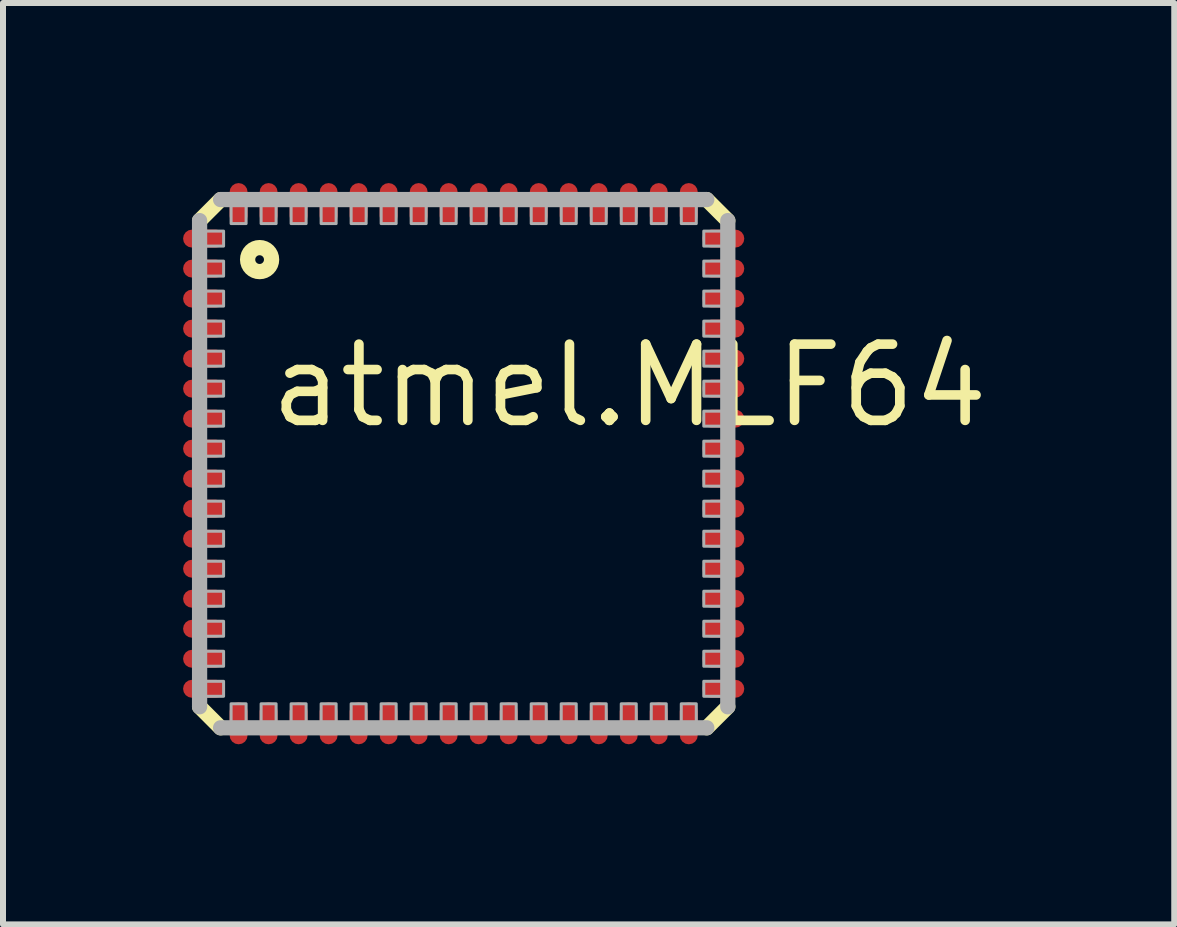
<source format=kicad_pcb>
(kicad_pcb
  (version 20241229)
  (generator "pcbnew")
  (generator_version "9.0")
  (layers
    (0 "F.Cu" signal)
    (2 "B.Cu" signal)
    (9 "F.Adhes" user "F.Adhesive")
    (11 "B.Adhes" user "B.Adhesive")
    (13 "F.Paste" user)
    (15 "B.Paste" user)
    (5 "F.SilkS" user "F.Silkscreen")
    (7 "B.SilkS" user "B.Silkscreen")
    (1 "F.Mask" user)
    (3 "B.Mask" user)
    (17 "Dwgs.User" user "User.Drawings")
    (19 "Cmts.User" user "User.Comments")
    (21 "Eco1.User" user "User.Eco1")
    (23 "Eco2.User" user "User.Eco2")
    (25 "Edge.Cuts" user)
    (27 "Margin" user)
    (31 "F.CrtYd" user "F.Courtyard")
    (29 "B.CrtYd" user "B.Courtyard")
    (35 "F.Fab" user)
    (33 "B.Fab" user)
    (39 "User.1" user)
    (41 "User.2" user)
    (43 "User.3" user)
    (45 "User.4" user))
  (footprint "atmel.MLF64"
    (layer "F.Cu")
    (at 4.675 4.675)
    (property "Reference" "atmel.MLF64" (at -3.302 -0.558 0) (layer "F.SilkS") (effects (font (size 1.27 1.27) (thickness 0.16)) (justify left bottom)))
    (attr smd)
    (fp_line (start -4.4 -4.05) (end -4.05 -4.4) (stroke (width 0.254) (type default)) (layer "F.SilkS"))
    (fp_line (start -4.05 4.4) (end -4.4 4.05) (stroke (width 0.254) (type default)) (layer "F.SilkS"))
    (fp_line (start 4.05 -4.4) (end 4.4 -4.05) (stroke (width 0.254) (type default)) (layer "F.SilkS"))
    (fp_line (start 4.4 4.05) (end 4.05 4.4) (stroke (width 0.254) (type default)) (layer "F.SilkS"))
    (fp_circle (center -3.4 -3.4) (end -3.2 -3.4) (stroke (width 0.254) (type default)) (fill no) (layer "F.SilkS"))
    (fp_line (start -4.4 4.05) (end -4.4 -4.05) (stroke (width 0.254) (type default)) (layer "F.Fab"))
    (fp_line (start -4.05 -4.4) (end 4.05 -4.4) (stroke (width 0.254) (type default)) (layer "F.Fab"))
    (fp_line (start 4.05 4.4) (end -4.05 4.4) (stroke (width 0.254) (type default)) (layer "F.Fab"))
    (fp_line (start 4.4 -4.05) (end 4.4 4.05) (stroke (width 0.254) (type default)) (layer "F.Fab"))
    (fp_rect (start -4.5 -3.625) (end -4 -3.875) (stroke (width 0.05) (type default)) (fill no) (layer "F.Fab"))
    (fp_rect (start -4.5 -3.125) (end -4 -3.375) (stroke (width 0.05) (type default)) (fill no) (layer "F.Fab"))
    (fp_rect (start -4.5 -2.625) (end -4 -2.875) (stroke (width 0.05) (type default)) (fill no) (layer "F.Fab"))
    (fp_rect (start -4.5 -2.125) (end -4 -2.375) (stroke (width 0.05) (type default)) (fill no) (layer "F.Fab"))
    (fp_rect (start -4.5 -1.625) (end -4 -1.875) (stroke (width 0.05) (type default)) (fill no) (layer "F.Fab"))
    (fp_rect (start -4.5 -1.125) (end -4 -1.375) (stroke (width 0.05) (type default)) (fill no) (layer "F.Fab"))
    (fp_rect (start -4.5 -0.625) (end -4 -0.875) (stroke (width 0.05) (type default)) (fill no) (layer "F.Fab"))
    (fp_rect (start -4.5 -0.125) (end -4 -0.375) (stroke (width 0.05) (type default)) (fill no) (layer "F.Fab"))
    (fp_rect (start -4.5 0.375) (end -4 0.125) (stroke (width 0.05) (type default)) (fill no) (layer "F.Fab"))
    (fp_rect (start -4.5 0.875) (end -4 0.625) (stroke (width 0.05) (type default)) (fill no) (layer "F.Fab"))
    (fp_rect (start -4.5 1.375) (end -4 1.125) (stroke (width 0.05) (type default)) (fill no) (layer "F.Fab"))
    (fp_rect (start -4.5 1.875) (end -4 1.625) (stroke (width 0.05) (type default)) (fill no) (layer "F.Fab"))
    (fp_rect (start -4.5 2.375) (end -4 2.125) (stroke (width 0.05) (type default)) (fill no) (layer "F.Fab"))
    (fp_rect (start -4.5 2.875) (end -4 2.625) (stroke (width 0.05) (type default)) (fill no) (layer "F.Fab"))
    (fp_rect (start -4.5 3.375) (end -4 3.125) (stroke (width 0.05) (type default)) (fill no) (layer "F.Fab"))
    (fp_rect (start -4.5 3.875) (end -4 3.625) (stroke (width 0.05) (type default)) (fill no) (layer "F.Fab"))
    (fp_rect (start -3.875 -4) (end -3.625 -4.5) (stroke (width 0.05) (type default)) (fill no) (layer "F.Fab"))
    (fp_rect (start -3.875 4.5) (end -3.625 4) (stroke (width 0.05) (type default)) (fill no) (layer "F.Fab"))
    (fp_rect (start -3.375 -4) (end -3.125 -4.5) (stroke (width 0.05) (type default)) (fill no) (layer "F.Fab"))
    (fp_rect (start -3.375 4.5) (end -3.125 4) (stroke (width 0.05) (type default)) (fill no) (layer "F.Fab"))
    (fp_rect (start -2.875 -4) (end -2.625 -4.5) (stroke (width 0.05) (type default)) (fill no) (layer "F.Fab"))
    (fp_rect (start -2.875 4.5) (end -2.625 4) (stroke (width 0.05) (type default)) (fill no) (layer "F.Fab"))
    (fp_rect (start -2.375 -4) (end -2.125 -4.5) (stroke (width 0.05) (type default)) (fill no) (layer "F.Fab"))
    (fp_rect (start -2.375 4.5) (end -2.125 4) (stroke (width 0.05) (type default)) (fill no) (layer "F.Fab"))
    (fp_rect (start -1.875 -4) (end -1.625 -4.5) (stroke (width 0.05) (type default)) (fill no) (layer "F.Fab"))
    (fp_rect (start -1.875 4.5) (end -1.625 4) (stroke (width 0.05) (type default)) (fill no) (layer "F.Fab"))
    (fp_rect (start -1.375 -4) (end -1.125 -4.5) (stroke (width 0.05) (type default)) (fill no) (layer "F.Fab"))
    (fp_rect (start -1.375 4.5) (end -1.125 4) (stroke (width 0.05) (type default)) (fill no) (layer "F.Fab"))
    (fp_rect (start -0.875 -4) (end -0.625 -4.5) (stroke (width 0.05) (type default)) (fill no) (layer "F.Fab"))
    (fp_rect (start -0.875 4.5) (end -0.625 4) (stroke (width 0.05) (type default)) (fill no) (layer "F.Fab"))
    (fp_rect (start -0.375 -4) (end -0.125 -4.5) (stroke (width 0.05) (type default)) (fill no) (layer "F.Fab"))
    (fp_rect (start -0.375 4.5) (end -0.125 4) (stroke (width 0.05) (type default)) (fill no) (layer "F.Fab"))
    (fp_rect (start 0.125 -4) (end 0.375 -4.5) (stroke (width 0.05) (type default)) (fill no) (layer "F.Fab"))
    (fp_rect (start 0.125 4.5) (end 0.375 4) (stroke (width 0.05) (type default)) (fill no) (layer "F.Fab"))
    (fp_rect (start 0.625 -4) (end 0.875 -4.5) (stroke (width 0.05) (type default)) (fill no) (layer "F.Fab"))
    (fp_rect (start 0.625 4.5) (end 0.875 4) (stroke (width 0.05) (type default)) (fill no) (layer "F.Fab"))
    (fp_rect (start 1.125 -4) (end 1.375 -4.5) (stroke (width 0.05) (type default)) (fill no) (layer "F.Fab"))
    (fp_rect (start 1.125 4.5) (end 1.375 4) (stroke (width 0.05) (type default)) (fill no) (layer "F.Fab"))
    (fp_rect (start 1.625 -4) (end 1.875 -4.5) (stroke (width 0.05) (type default)) (fill no) (layer "F.Fab"))
    (fp_rect (start 1.625 4.5) (end 1.875 4) (stroke (width 0.05) (type default)) (fill no) (layer "F.Fab"))
    (fp_rect (start 2.125 -4) (end 2.375 -4.5) (stroke (width 0.05) (type default)) (fill no) (layer "F.Fab"))
    (fp_rect (start 2.125 4.5) (end 2.375 4) (stroke (width 0.05) (type default)) (fill no) (layer "F.Fab"))
    (fp_rect (start 2.625 -4) (end 2.875 -4.5) (stroke (width 0.05) (type default)) (fill no) (layer "F.Fab"))
    (fp_rect (start 2.625 4.5) (end 2.875 4) (stroke (width 0.05) (type default)) (fill no) (layer "F.Fab"))
    (fp_rect (start 3.125 -4) (end 3.375 -4.5) (stroke (width 0.05) (type default)) (fill no) (layer "F.Fab"))
    (fp_rect (start 3.125 4.5) (end 3.375 4) (stroke (width 0.05) (type default)) (fill no) (layer "F.Fab"))
    (fp_rect (start 3.625 -4) (end 3.875 -4.5) (stroke (width 0.05) (type default)) (fill no) (layer "F.Fab"))
    (fp_rect (start 3.625 4.5) (end 3.875 4) (stroke (width 0.05) (type default)) (fill no) (layer "F.Fab"))
    (fp_rect (start 4 -3.625) (end 4.5 -3.875) (stroke (width 0.05) (type default)) (fill no) (layer "F.Fab"))
    (fp_rect (start 4 -3.125) (end 4.5 -3.375) (stroke (width 0.05) (type default)) (fill no) (layer "F.Fab"))
    (fp_rect (start 4 -2.625) (end 4.5 -2.875) (stroke (width 0.05) (type default)) (fill no) (layer "F.Fab"))
    (fp_rect (start 4 -2.125) (end 4.5 -2.375) (stroke (width 0.05) (type default)) (fill no) (layer "F.Fab"))
    (fp_rect (start 4 -1.625) (end 4.5 -1.875) (stroke (width 0.05) (type default)) (fill no) (layer "F.Fab"))
    (fp_rect (start 4 -1.125) (end 4.5 -1.375) (stroke (width 0.05) (type default)) (fill no) (layer "F.Fab"))
    (fp_rect (start 4 -0.625) (end 4.5 -0.875) (stroke (width 0.05) (type default)) (fill no) (layer "F.Fab"))
    (fp_rect (start 4 -0.125) (end 4.5 -0.375) (stroke (width 0.05) (type default)) (fill no) (layer "F.Fab"))
    (fp_rect (start 4 0.375) (end 4.5 0.125) (stroke (width 0.05) (type default)) (fill no) (layer "F.Fab"))
    (fp_rect (start 4 0.875) (end 4.5 0.625) (stroke (width 0.05) (type default)) (fill no) (layer "F.Fab"))
    (fp_rect (start 4 1.375) (end 4.5 1.125) (stroke (width 0.05) (type default)) (fill no) (layer "F.Fab"))
    (fp_rect (start 4 1.875) (end 4.5 1.625) (stroke (width 0.05) (type default)) (fill no) (layer "F.Fab"))
    (fp_rect (start 4 2.375) (end 4.5 2.125) (stroke (width 0.05) (type default)) (fill no) (layer "F.Fab"))
    (fp_rect (start 4 2.875) (end 4.5 2.625) (stroke (width 0.05) (type default)) (fill no) (layer "F.Fab"))
    (fp_rect (start 4 3.375) (end 4.5 3.125) (stroke (width 0.05) (type default)) (fill no) (layer "F.Fab"))
    (fp_rect (start 4 3.875) (end 4.5 3.625) (stroke (width 0.05) (type default)) (fill no) (layer "F.Fab"))
    (pad "1" smd roundrect (at -4.325 -3.75) (size 0.7 0.3) (layers "F.Cu" "F.Mask" "F.Paste") (roundrect_rratio 0.5))
    (pad "2" smd roundrect (at -4.325 -3.25) (size 0.7 0.3) (layers "F.Cu" "F.Mask" "F.Paste") (roundrect_rratio 0.5))
    (pad "3" smd roundrect (at -4.325 -2.75) (size 0.7 0.3) (layers "F.Cu" "F.Mask" "F.Paste") (roundrect_rratio 0.5))
    (pad "4" smd roundrect (at -4.325 -2.25) (size 0.7 0.3) (layers "F.Cu" "F.Mask" "F.Paste") (roundrect_rratio 0.5))
    (pad "5" smd roundrect (at -4.325 -1.75) (size 0.7 0.3) (layers "F.Cu" "F.Mask" "F.Paste") (roundrect_rratio 0.5))
    (pad "6" smd roundrect (at -4.325 -1.25) (size 0.7 0.3) (layers "F.Cu" "F.Mask" "F.Paste") (roundrect_rratio 0.5))
    (pad "7" smd roundrect (at -4.325 -0.75) (size 0.7 0.3) (layers "F.Cu" "F.Mask" "F.Paste") (roundrect_rratio 0.5))
    (pad "8" smd roundrect (at -4.325 -0.25) (size 0.7 0.3) (layers "F.Cu" "F.Mask" "F.Paste") (roundrect_rratio 0.5))
    (pad "9" smd roundrect (at -4.325 0.25) (size 0.7 0.3) (layers "F.Cu" "F.Mask" "F.Paste") (roundrect_rratio 0.5))
    (pad "10" smd roundrect (at -4.325 0.75) (size 0.7 0.3) (layers "F.Cu" "F.Mask" "F.Paste") (roundrect_rratio 0.5))
    (pad "11" smd roundrect (at -4.325 1.25) (size 0.7 0.3) (layers "F.Cu" "F.Mask" "F.Paste") (roundrect_rratio 0.5))
    (pad "12" smd roundrect (at -4.325 1.75) (size 0.7 0.3) (layers "F.Cu" "F.Mask" "F.Paste") (roundrect_rratio 0.5))
    (pad "13" smd roundrect (at -4.325 2.25) (size 0.7 0.3) (layers "F.Cu" "F.Mask" "F.Paste") (roundrect_rratio 0.5))
    (pad "14" smd roundrect (at -4.325 2.75) (size 0.7 0.3) (layers "F.Cu" "F.Mask" "F.Paste") (roundrect_rratio 0.5))
    (pad "15" smd roundrect (at -4.325 3.25) (size 0.7 0.3) (layers "F.Cu" "F.Mask" "F.Paste") (roundrect_rratio 0.5))
    (pad "16" smd roundrect (at -4.325 3.75) (size 0.7 0.3) (layers "F.Cu" "F.Mask" "F.Paste") (roundrect_rratio 0.5))
    (pad "17" smd roundrect (at -3.75 4.325) (size 0.3 0.7) (layers "F.Cu" "F.Mask" "F.Paste") (roundrect_rratio 0.5))
    (pad "18" smd roundrect (at -3.25 4.325) (size 0.3 0.7) (layers "F.Cu" "F.Mask" "F.Paste") (roundrect_rratio 0.5))
    (pad "19" smd roundrect (at -2.75 4.325) (size 0.3 0.7) (layers "F.Cu" "F.Mask" "F.Paste") (roundrect_rratio 0.5))
    (pad "20" smd roundrect (at -2.25 4.325) (size 0.3 0.7) (layers "F.Cu" "F.Mask" "F.Paste") (roundrect_rratio 0.5))
    (pad "21" smd roundrect (at -1.75 4.325) (size 0.3 0.7) (layers "F.Cu" "F.Mask" "F.Paste") (roundrect_rratio 0.5))
    (pad "22" smd roundrect (at -1.25 4.325) (size 0.3 0.7) (layers "F.Cu" "F.Mask" "F.Paste") (roundrect_rratio 0.5))
    (pad "23" smd roundrect (at -0.75 4.325) (size 0.3 0.7) (layers "F.Cu" "F.Mask" "F.Paste") (roundrect_rratio 0.5))
    (pad "24" smd roundrect (at -0.25 4.325) (size 0.3 0.7) (layers "F.Cu" "F.Mask" "F.Paste") (roundrect_rratio 0.5))
    (pad "25" smd roundrect (at 0.25 4.325) (size 0.3 0.7) (layers "F.Cu" "F.Mask" "F.Paste") (roundrect_rratio 0.5))
    (pad "26" smd roundrect (at 0.75 4.325) (size 0.3 0.7) (layers "F.Cu" "F.Mask" "F.Paste") (roundrect_rratio 0.5))
    (pad "27" smd roundrect (at 1.25 4.325) (size 0.3 0.7) (layers "F.Cu" "F.Mask" "F.Paste") (roundrect_rratio 0.5))
    (pad "28" smd roundrect (at 1.75 4.325) (size 0.3 0.7) (layers "F.Cu" "F.Mask" "F.Paste") (roundrect_rratio 0.5))
    (pad "29" smd roundrect (at 2.25 4.325) (size 0.3 0.7) (layers "F.Cu" "F.Mask" "F.Paste") (roundrect_rratio 0.5))
    (pad "30" smd roundrect (at 2.75 4.325) (size 0.3 0.7) (layers "F.Cu" "F.Mask" "F.Paste") (roundrect_rratio 0.5))
    (pad "31" smd roundrect (at 3.25 4.325) (size 0.3 0.7) (layers "F.Cu" "F.Mask" "F.Paste") (roundrect_rratio 0.5))
    (pad "32" smd roundrect (at 3.75 4.325) (size 0.3 0.7) (layers "F.Cu" "F.Mask" "F.Paste") (roundrect_rratio 0.5))
    (pad "33" smd roundrect (at 4.325 3.75) (size 0.7 0.3) (layers "F.Cu" "F.Mask" "F.Paste") (roundrect_rratio 0.5))
    (pad "34" smd roundrect (at 4.325 3.25) (size 0.7 0.3) (layers "F.Cu" "F.Mask" "F.Paste") (roundrect_rratio 0.5))
    (pad "35" smd roundrect (at 4.325 2.75) (size 0.7 0.3) (layers "F.Cu" "F.Mask" "F.Paste") (roundrect_rratio 0.5))
    (pad "36" smd roundrect (at 4.325 2.25) (size 0.7 0.3) (layers "F.Cu" "F.Mask" "F.Paste") (roundrect_rratio 0.5))
    (pad "37" smd roundrect (at 4.325 1.75) (size 0.7 0.3) (layers "F.Cu" "F.Mask" "F.Paste") (roundrect_rratio 0.5))
    (pad "38" smd roundrect (at 4.325 1.25) (size 0.7 0.3) (layers "F.Cu" "F.Mask" "F.Paste") (roundrect_rratio 0.5))
    (pad "39" smd roundrect (at 4.325 0.75) (size 0.7 0.3) (layers "F.Cu" "F.Mask" "F.Paste") (roundrect_rratio 0.5))
    (pad "40" smd roundrect (at 4.325 0.25) (size 0.7 0.3) (layers "F.Cu" "F.Mask" "F.Paste") (roundrect_rratio 0.5))
    (pad "41" smd roundrect (at 4.325 -0.25) (size 0.7 0.3) (layers "F.Cu" "F.Mask" "F.Paste") (roundrect_rratio 0.5))
    (pad "42" smd roundrect (at 4.325 -0.75) (size 0.7 0.3) (layers "F.Cu" "F.Mask" "F.Paste") (roundrect_rratio 0.5))
    (pad "43" smd roundrect (at 4.325 -1.25) (size 0.7 0.3) (layers "F.Cu" "F.Mask" "F.Paste") (roundrect_rratio 0.5))
    (pad "44" smd roundrect (at 4.325 -1.75) (size 0.7 0.3) (layers "F.Cu" "F.Mask" "F.Paste") (roundrect_rratio 0.5))
    (pad "45" smd roundrect (at 4.325 -2.25) (size 0.7 0.3) (layers "F.Cu" "F.Mask" "F.Paste") (roundrect_rratio 0.5))
    (pad "46" smd roundrect (at 4.325 -2.75) (size 0.7 0.3) (layers "F.Cu" "F.Mask" "F.Paste") (roundrect_rratio 0.5))
    (pad "47" smd roundrect (at 4.325 -3.25) (size 0.7 0.3) (layers "F.Cu" "F.Mask" "F.Paste") (roundrect_rratio 0.5))
    (pad "48" smd roundrect (at 4.325 -3.75) (size 0.7 0.3) (layers "F.Cu" "F.Mask" "F.Paste") (roundrect_rratio 0.5))
    (pad "49" smd roundrect (at 3.75 -4.325) (size 0.3 0.7) (layers "F.Cu" "F.Mask" "F.Paste") (roundrect_rratio 0.5))
    (pad "50" smd roundrect (at 3.25 -4.325) (size 0.3 0.7) (layers "F.Cu" "F.Mask" "F.Paste") (roundrect_rratio 0.5))
    (pad "51" smd roundrect (at 2.75 -4.325) (size 0.3 0.7) (layers "F.Cu" "F.Mask" "F.Paste") (roundrect_rratio 0.5))
    (pad "52" smd roundrect (at 2.25 -4.325) (size 0.3 0.7) (layers "F.Cu" "F.Mask" "F.Paste") (roundrect_rratio 0.5))
    (pad "53" smd roundrect (at 1.75 -4.325) (size 0.3 0.7) (layers "F.Cu" "F.Mask" "F.Paste") (roundrect_rratio 0.5))
    (pad "54" smd roundrect (at 1.25 -4.325) (size 0.3 0.7) (layers "F.Cu" "F.Mask" "F.Paste") (roundrect_rratio 0.5))
    (pad "55" smd roundrect (at 0.75 -4.325) (size 0.3 0.7) (layers "F.Cu" "F.Mask" "F.Paste") (roundrect_rratio 0.5))
    (pad "56" smd roundrect (at 0.25 -4.325) (size 0.3 0.7) (layers "F.Cu" "F.Mask" "F.Paste") (roundrect_rratio 0.5))
    (pad "57" smd roundrect (at -0.25 -4.325) (size 0.3 0.7) (layers "F.Cu" "F.Mask" "F.Paste") (roundrect_rratio 0.5))
    (pad "58" smd roundrect (at -0.75 -4.325) (size 0.3 0.7) (layers "F.Cu" "F.Mask" "F.Paste") (roundrect_rratio 0.5))
    (pad "59" smd roundrect (at -1.25 -4.325) (size 0.3 0.7) (layers "F.Cu" "F.Mask" "F.Paste") (roundrect_rratio 0.5))
    (pad "60" smd roundrect (at -1.75 -4.325) (size 0.3 0.7) (layers "F.Cu" "F.Mask" "F.Paste") (roundrect_rratio 0.5))
    (pad "61" smd roundrect (at -2.25 -4.325) (size 0.3 0.7) (layers "F.Cu" "F.Mask" "F.Paste") (roundrect_rratio 0.5))
    (pad "62" smd roundrect (at -2.75 -4.325) (size 0.3 0.7) (layers "F.Cu" "F.Mask" "F.Paste") (roundrect_rratio 0.5))
    (pad "63" smd roundrect (at -3.25 -4.325) (size 0.3 0.7) (layers "F.Cu" "F.Mask" "F.Paste") (roundrect_rratio 0.5))
    (pad "64" smd roundrect (at -3.75 -4.325) (size 0.3 0.7) (layers "F.Cu" "F.Mask" "F.Paste") (roundrect_rratio 0.5)))
  (gr_rect
    (start -3 -3)
    (end 16.513 12.35)
    (stroke (width 0.1) (type default))
    (fill no)
    (layer "Edge.Cuts")))
</source>
